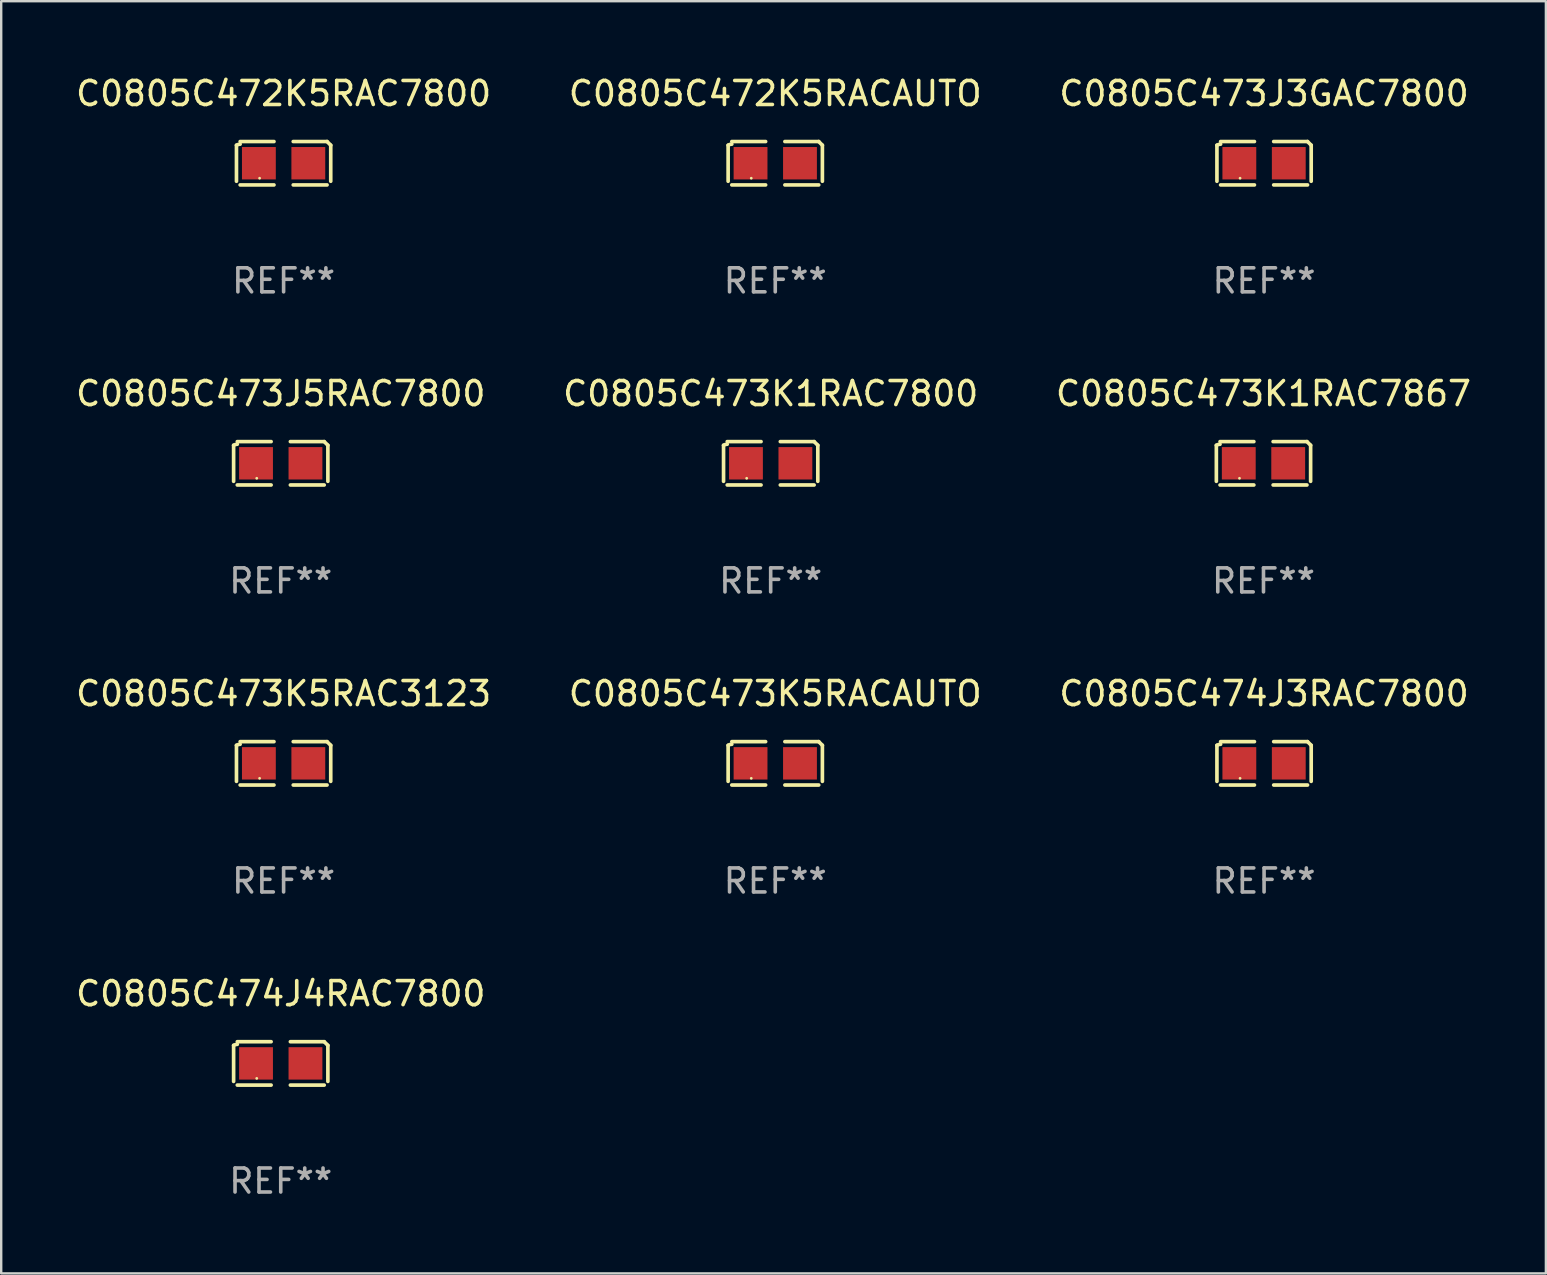
<source format=kicad_pcb>
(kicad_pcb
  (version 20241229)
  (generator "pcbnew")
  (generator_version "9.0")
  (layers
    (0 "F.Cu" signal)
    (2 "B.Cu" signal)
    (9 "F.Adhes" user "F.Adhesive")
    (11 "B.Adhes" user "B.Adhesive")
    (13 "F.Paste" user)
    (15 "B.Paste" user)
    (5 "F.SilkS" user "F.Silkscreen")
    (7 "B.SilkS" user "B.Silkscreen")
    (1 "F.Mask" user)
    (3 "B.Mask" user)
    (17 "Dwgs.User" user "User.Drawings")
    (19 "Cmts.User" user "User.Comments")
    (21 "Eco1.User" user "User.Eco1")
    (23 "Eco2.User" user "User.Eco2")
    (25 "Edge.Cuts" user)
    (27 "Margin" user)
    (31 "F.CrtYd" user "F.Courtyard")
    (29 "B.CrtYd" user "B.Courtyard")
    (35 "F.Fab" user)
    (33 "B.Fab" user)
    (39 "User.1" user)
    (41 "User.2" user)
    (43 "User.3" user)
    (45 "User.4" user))
  (footprint "C0805C472K5RACAUTO"
    (layer "F.Cu")
    (at 29.256 3.752)
    (property "Reference" "C0805C472K5RACAUTO" (at 0 -2.904 0) (layer "F.SilkS") (effects (font (size 1 1) (thickness 0.15))))
    (attr through_hole)
    (fp_line (start -1.964 0.751) (end -1.964 -0.751) (stroke (width 0.152) (type solid)) (layer "F.SilkS"))
    (fp_line (start -1.811 -0.904) (end -0.401 -0.904) (stroke (width 0.152) (type solid)) (layer "F.SilkS"))
    (fp_line (start -0.401 0.904) (end -1.811 0.904) (stroke (width 0.152) (type solid)) (layer "F.SilkS"))
    (fp_line (start 0.401 0.904) (end 1.811 0.904) (stroke (width 0.152) (type solid)) (layer "F.SilkS"))
    (fp_line (start 1.811 -0.904) (end 0.401 -0.904) (stroke (width 0.152) (type solid)) (layer "F.SilkS"))
    (fp_line (start 1.964 0.751) (end 1.964 -0.751) (stroke (width 0.152) (type solid)) (layer "F.SilkS"))
    (fp_arc (start -1.963602 -0.751207) (mid -1.890354 -0.783131) (end -1.811201 -0.794044) (stroke (width 0.1524) (type solid)) (layer "F.SilkS"))
    (fp_arc (start 1.811202 -0.903607) (mid 1.887413 -0.827418) (end 1.963602 -0.751207) (stroke (width 0.1524) (type solid)) (layer "F.SilkS"))
    (fp_circle (center -1 0.625) (end -0.97 0.625) (stroke (width 0.06) (type solid)) (fill no) (layer "F.SilkS"))
    (fp_text user "REF**" (at 0 4.904 0) (layer "F.Fab") (effects (font (size 1 1) (thickness 0.15))))
    (pad "1" smd rect (at -1.03 0) (size 1.41 1.35) (layers "F.Cu" "F.Mask" "F.Paste"))
    (pad "2" smd rect (at 1.03 0) (size 1.41 1.35) (layers "F.Cu" "F.Mask" "F.Paste")))
  (footprint "C0805C473K5RAC3123"
    (layer "F.Cu")
    (at 8.768 28.759)
    (property "Reference" "C0805C473K5RAC3123" (at 0 -2.904 0) (layer "F.SilkS") (effects (font (size 1 1) (thickness 0.15))))
    (attr through_hole)
    (fp_line (start -1.964 0.751) (end -1.964 -0.751) (stroke (width 0.152) (type solid)) (layer "F.SilkS"))
    (fp_line (start -1.811 -0.904) (end -0.401 -0.904) (stroke (width 0.152) (type solid)) (layer "F.SilkS"))
    (fp_line (start -0.401 0.904) (end -1.811 0.904) (stroke (width 0.152) (type solid)) (layer "F.SilkS"))
    (fp_line (start 0.401 0.904) (end 1.811 0.904) (stroke (width 0.152) (type solid)) (layer "F.SilkS"))
    (fp_line (start 1.811 -0.904) (end 0.401 -0.904) (stroke (width 0.152) (type solid)) (layer "F.SilkS"))
    (fp_line (start 1.964 0.751) (end 1.964 -0.751) (stroke (width 0.152) (type solid)) (layer "F.SilkS"))
    (fp_arc (start -1.963602 -0.751207) (mid -1.890354 -0.783131) (end -1.811201 -0.794044) (stroke (width 0.1524) (type solid)) (layer "F.SilkS"))
    (fp_arc (start 1.811202 -0.903607) (mid 1.887413 -0.827418) (end 1.963602 -0.751207) (stroke (width 0.1524) (type solid)) (layer "F.SilkS"))
    (fp_circle (center -1 0.625) (end -0.97 0.625) (stroke (width 0.06) (type solid)) (fill no) (layer "F.SilkS"))
    (fp_text user "REF**" (at 0 4.904 0) (layer "F.Fab") (effects (font (size 1 1) (thickness 0.15))))
    (pad "1" smd rect (at -1.03 0) (size 1.41 1.35) (layers "F.Cu" "F.Mask" "F.Paste"))
    (pad "2" smd rect (at 1.03 0) (size 1.41 1.35) (layers "F.Cu" "F.Mask" "F.Paste")))
  (footprint "C0805C474J3RAC7800"
    (layer "F.Cu")
    (at 49.625 28.759)
    (property "Reference" "C0805C474J3RAC7800" (at 0 -2.904 0) (layer "F.SilkS") (effects (font (size 1 1) (thickness 0.15))))
    (attr through_hole)
    (fp_line (start -1.964 0.751) (end -1.964 -0.751) (stroke (width 0.152) (type solid)) (layer "F.SilkS"))
    (fp_line (start -1.811 -0.904) (end -0.401 -0.904) (stroke (width 0.152) (type solid)) (layer "F.SilkS"))
    (fp_line (start -0.401 0.904) (end -1.811 0.904) (stroke (width 0.152) (type solid)) (layer "F.SilkS"))
    (fp_line (start 0.401 0.904) (end 1.811 0.904) (stroke (width 0.152) (type solid)) (layer "F.SilkS"))
    (fp_line (start 1.811 -0.904) (end 0.401 -0.904) (stroke (width 0.152) (type solid)) (layer "F.SilkS"))
    (fp_line (start 1.964 0.751) (end 1.964 -0.751) (stroke (width 0.152) (type solid)) (layer "F.SilkS"))
    (fp_arc (start -1.963602 -0.751207) (mid -1.890354 -0.783131) (end -1.811201 -0.794044) (stroke (width 0.1524) (type solid)) (layer "F.SilkS"))
    (fp_arc (start 1.811202 -0.903607) (mid 1.887413 -0.827418) (end 1.963602 -0.751207) (stroke (width 0.1524) (type solid)) (layer "F.SilkS"))
    (fp_circle (center -1 0.625) (end -0.97 0.625) (stroke (width 0.06) (type solid)) (fill no) (layer "F.SilkS"))
    (fp_text user "REF**" (at 0 4.904 0) (layer "F.Fab") (effects (font (size 1 1) (thickness 0.15))))
    (pad "1" smd rect (at -1.03 0) (size 1.41 1.35) (layers "F.Cu" "F.Mask" "F.Paste"))
    (pad "2" smd rect (at 1.03 0) (size 1.41 1.35) (layers "F.Cu" "F.Mask" "F.Paste")))
  (footprint "C0805C473K1RAC7800"
    (layer "F.Cu")
    (at 29.065 16.256)
    (property "Reference" "C0805C473K1RAC7800" (at 0 -2.904 0) (layer "F.SilkS") (effects (font (size 1 1) (thickness 0.15))))
    (attr through_hole)
    (fp_line (start -1.964 0.751) (end -1.964 -0.751) (stroke (width 0.152) (type solid)) (layer "F.SilkS"))
    (fp_line (start -1.811 -0.904) (end -0.401 -0.904) (stroke (width 0.152) (type solid)) (layer "F.SilkS"))
    (fp_line (start -0.401 0.904) (end -1.811 0.904) (stroke (width 0.152) (type solid)) (layer "F.SilkS"))
    (fp_line (start 0.401 0.904) (end 1.811 0.904) (stroke (width 0.152) (type solid)) (layer "F.SilkS"))
    (fp_line (start 1.811 -0.904) (end 0.401 -0.904) (stroke (width 0.152) (type solid)) (layer "F.SilkS"))
    (fp_line (start 1.964 0.751) (end 1.964 -0.751) (stroke (width 0.152) (type solid)) (layer "F.SilkS"))
    (fp_arc (start -1.963602 -0.751207) (mid -1.890354 -0.783131) (end -1.811201 -0.794044) (stroke (width 0.1524) (type solid)) (layer "F.SilkS"))
    (fp_arc (start 1.811202 -0.903607) (mid 1.887413 -0.827418) (end 1.963602 -0.751207) (stroke (width 0.1524) (type solid)) (layer "F.SilkS"))
    (fp_circle (center -1 0.625) (end -0.97 0.625) (stroke (width 0.06) (type solid)) (fill no) (layer "F.SilkS"))
    (fp_text user "REF**" (at 0 4.904 0) (layer "F.Fab") (effects (font (size 1 1) (thickness 0.15))))
    (pad "1" smd rect (at -1.03 0) (size 1.41 1.35) (layers "F.Cu" "F.Mask" "F.Paste"))
    (pad "2" smd rect (at 1.03 0) (size 1.41 1.35) (layers "F.Cu" "F.Mask" "F.Paste")))
  (footprint "C0805C474J4RAC7800"
    (layer "F.Cu")
    (at 8.649 41.263)
    (property "Reference" "C0805C474J4RAC7800" (at 0 -2.904 0) (layer "F.SilkS") (effects (font (size 1 1) (thickness 0.15))))
    (attr through_hole)
    (fp_line (start -1.964 0.751) (end -1.964 -0.751) (stroke (width 0.152) (type solid)) (layer "F.SilkS"))
    (fp_line (start -1.811 -0.904) (end -0.401 -0.904) (stroke (width 0.152) (type solid)) (layer "F.SilkS"))
    (fp_line (start -0.401 0.904) (end -1.811 0.904) (stroke (width 0.152) (type solid)) (layer "F.SilkS"))
    (fp_line (start 0.401 0.904) (end 1.811 0.904) (stroke (width 0.152) (type solid)) (layer "F.SilkS"))
    (fp_line (start 1.811 -0.904) (end 0.401 -0.904) (stroke (width 0.152) (type solid)) (layer "F.SilkS"))
    (fp_line (start 1.964 0.751) (end 1.964 -0.751) (stroke (width 0.152) (type solid)) (layer "F.SilkS"))
    (fp_arc (start -1.963602 -0.751207) (mid -1.890354 -0.783131) (end -1.811201 -0.794044) (stroke (width 0.1524) (type solid)) (layer "F.SilkS"))
    (fp_arc (start 1.811202 -0.903607) (mid 1.887413 -0.827418) (end 1.963602 -0.751207) (stroke (width 0.1524) (type solid)) (layer "F.SilkS"))
    (fp_circle (center -1 0.625) (end -0.97 0.625) (stroke (width 0.06) (type solid)) (fill no) (layer "F.SilkS"))
    (fp_text user "REF**" (at 0 4.904 0) (layer "F.Fab") (effects (font (size 1 1) (thickness 0.15))))
    (pad "1" smd rect (at -1.03 0) (size 1.41 1.35) (layers "F.Cu" "F.Mask" "F.Paste"))
    (pad "2" smd rect (at 1.03 0) (size 1.41 1.35) (layers "F.Cu" "F.Mask" "F.Paste")))
  (footprint "C0805C473K1RAC7867"
    (layer "F.Cu")
    (at 49.601 16.256)
    (property "Reference" "C0805C473K1RAC7867" (at 0 -2.904 0) (layer "F.SilkS") (effects (font (size 1 1) (thickness 0.15))))
    (attr through_hole)
    (fp_line (start -1.964 0.751) (end -1.964 -0.751) (stroke (width 0.152) (type solid)) (layer "F.SilkS"))
    (fp_line (start -1.811 -0.904) (end -0.401 -0.904) (stroke (width 0.152) (type solid)) (layer "F.SilkS"))
    (fp_line (start -0.401 0.904) (end -1.811 0.904) (stroke (width 0.152) (type solid)) (layer "F.SilkS"))
    (fp_line (start 0.401 0.904) (end 1.811 0.904) (stroke (width 0.152) (type solid)) (layer "F.SilkS"))
    (fp_line (start 1.811 -0.904) (end 0.401 -0.904) (stroke (width 0.152) (type solid)) (layer "F.SilkS"))
    (fp_line (start 1.964 0.751) (end 1.964 -0.751) (stroke (width 0.152) (type solid)) (layer "F.SilkS"))
    (fp_arc (start -1.963602 -0.751207) (mid -1.890354 -0.783131) (end -1.811201 -0.794044) (stroke (width 0.1524) (type solid)) (layer "F.SilkS"))
    (fp_arc (start 1.811202 -0.903607) (mid 1.887413 -0.827418) (end 1.963602 -0.751207) (stroke (width 0.1524) (type solid)) (layer "F.SilkS"))
    (fp_circle (center -1 0.625) (end -0.97 0.625) (stroke (width 0.06) (type solid)) (fill no) (layer "F.SilkS"))
    (fp_text user "REF**" (at 0 4.904 0) (layer "F.Fab") (effects (font (size 1 1) (thickness 0.15))))
    (pad "1" smd rect (at -1.03 0) (size 1.41 1.35) (layers "F.Cu" "F.Mask" "F.Paste"))
    (pad "2" smd rect (at 1.03 0) (size 1.41 1.35) (layers "F.Cu" "F.Mask" "F.Paste")))
  (footprint "C0805C473J3GAC7800"
    (layer "F.Cu")
    (at 49.625 3.752)
    (property "Reference" "C0805C473J3GAC7800" (at 0 -2.904 0) (layer "F.SilkS") (effects (font (size 1 1) (thickness 0.15))))
    (attr through_hole)
    (fp_line (start -1.964 0.751) (end -1.964 -0.751) (stroke (width 0.152) (type solid)) (layer "F.SilkS"))
    (fp_line (start -1.811 -0.904) (end -0.401 -0.904) (stroke (width 0.152) (type solid)) (layer "F.SilkS"))
    (fp_line (start -0.401 0.904) (end -1.811 0.904) (stroke (width 0.152) (type solid)) (layer "F.SilkS"))
    (fp_line (start 0.401 0.904) (end 1.811 0.904) (stroke (width 0.152) (type solid)) (layer "F.SilkS"))
    (fp_line (start 1.811 -0.904) (end 0.401 -0.904) (stroke (width 0.152) (type solid)) (layer "F.SilkS"))
    (fp_line (start 1.964 0.751) (end 1.964 -0.751) (stroke (width 0.152) (type solid)) (layer "F.SilkS"))
    (fp_arc (start -1.963602 -0.751207) (mid -1.890354 -0.783131) (end -1.811201 -0.794044) (stroke (width 0.1524) (type solid)) (layer "F.SilkS"))
    (fp_arc (start 1.811202 -0.903607) (mid 1.887413 -0.827418) (end 1.963602 -0.751207) (stroke (width 0.1524) (type solid)) (layer "F.SilkS"))
    (fp_circle (center -1 0.625) (end -0.97 0.625) (stroke (width 0.06) (type solid)) (fill no) (layer "F.SilkS"))
    (fp_text user "REF**" (at 0 4.904 0) (layer "F.Fab") (effects (font (size 1 1) (thickness 0.15))))
    (pad "1" smd rect (at -1.03 0) (size 1.41 1.35) (layers "F.Cu" "F.Mask" "F.Paste"))
    (pad "2" smd rect (at 1.03 0) (size 1.41 1.35) (layers "F.Cu" "F.Mask" "F.Paste")))
  (footprint "C0805C473J5RAC7800"
    (layer "F.Cu")
    (at 8.649 16.256)
    (property "Reference" "C0805C473J5RAC7800" (at 0 -2.904 0) (layer "F.SilkS") (effects (font (size 1 1) (thickness 0.15))))
    (attr through_hole)
    (fp_line (start -1.964 0.751) (end -1.964 -0.751) (stroke (width 0.152) (type solid)) (layer "F.SilkS"))
    (fp_line (start -1.811 -0.904) (end -0.401 -0.904) (stroke (width 0.152) (type solid)) (layer "F.SilkS"))
    (fp_line (start -0.401 0.904) (end -1.811 0.904) (stroke (width 0.152) (type solid)) (layer "F.SilkS"))
    (fp_line (start 0.401 0.904) (end 1.811 0.904) (stroke (width 0.152) (type solid)) (layer "F.SilkS"))
    (fp_line (start 1.811 -0.904) (end 0.401 -0.904) (stroke (width 0.152) (type solid)) (layer "F.SilkS"))
    (fp_line (start 1.964 0.751) (end 1.964 -0.751) (stroke (width 0.152) (type solid)) (layer "F.SilkS"))
    (fp_arc (start -1.963602 -0.751207) (mid -1.890354 -0.783131) (end -1.811201 -0.794044) (stroke (width 0.1524) (type solid)) (layer "F.SilkS"))
    (fp_arc (start 1.811202 -0.903607) (mid 1.887413 -0.827418) (end 1.963602 -0.751207) (stroke (width 0.1524) (type solid)) (layer "F.SilkS"))
    (fp_circle (center -1 0.625) (end -0.97 0.625) (stroke (width 0.06) (type solid)) (fill no) (layer "F.SilkS"))
    (fp_text user "REF**" (at 0 4.904 0) (layer "F.Fab") (effects (font (size 1 1) (thickness 0.15))))
    (pad "1" smd rect (at -1.03 0) (size 1.41 1.35) (layers "F.Cu" "F.Mask" "F.Paste"))
    (pad "2" smd rect (at 1.03 0) (size 1.41 1.35) (layers "F.Cu" "F.Mask" "F.Paste")))
  (footprint "C0805C473K5RACAUTO"
    (layer "F.Cu")
    (at 29.256 28.759)
    (property "Reference" "C0805C473K5RACAUTO" (at 0 -2.904 0) (layer "F.SilkS") (effects (font (size 1 1) (thickness 0.15))))
    (attr through_hole)
    (fp_line (start -1.964 0.751) (end -1.964 -0.751) (stroke (width 0.152) (type solid)) (layer "F.SilkS"))
    (fp_line (start -1.811 -0.904) (end -0.401 -0.904) (stroke (width 0.152) (type solid)) (layer "F.SilkS"))
    (fp_line (start -0.401 0.904) (end -1.811 0.904) (stroke (width 0.152) (type solid)) (layer "F.SilkS"))
    (fp_line (start 0.401 0.904) (end 1.811 0.904) (stroke (width 0.152) (type solid)) (layer "F.SilkS"))
    (fp_line (start 1.811 -0.904) (end 0.401 -0.904) (stroke (width 0.152) (type solid)) (layer "F.SilkS"))
    (fp_line (start 1.964 0.751) (end 1.964 -0.751) (stroke (width 0.152) (type solid)) (layer "F.SilkS"))
    (fp_arc (start -1.963602 -0.751207) (mid -1.890354 -0.783131) (end -1.811201 -0.794044) (stroke (width 0.1524) (type solid)) (layer "F.SilkS"))
    (fp_arc (start 1.811202 -0.903607) (mid 1.887413 -0.827418) (end 1.963602 -0.751207) (stroke (width 0.1524) (type solid)) (layer "F.SilkS"))
    (fp_circle (center -1 0.625) (end -0.97 0.625) (stroke (width 0.06) (type solid)) (fill no) (layer "F.SilkS"))
    (fp_text user "REF**" (at 0 4.904 0) (layer "F.Fab") (effects (font (size 1 1) (thickness 0.15))))
    (pad "1" smd rect (at -1.03 0) (size 1.41 1.35) (layers "F.Cu" "F.Mask" "F.Paste"))
    (pad "2" smd rect (at 1.03 0) (size 1.41 1.35) (layers "F.Cu" "F.Mask" "F.Paste")))
  (footprint "C0805C472K5RAC7800"
    (layer "F.Cu")
    (at 8.768 3.752)
    (property "Reference" "C0805C472K5RAC7800" (at 0 -2.904 0) (layer "F.SilkS") (effects (font (size 1 1) (thickness 0.15))))
    (attr through_hole)
    (fp_line (start -1.964 0.751) (end -1.964 -0.751) (stroke (width 0.152) (type solid)) (layer "F.SilkS"))
    (fp_line (start -1.811 -0.904) (end -0.401 -0.904) (stroke (width 0.152) (type solid)) (layer "F.SilkS"))
    (fp_line (start -0.401 0.904) (end -1.811 0.904) (stroke (width 0.152) (type solid)) (layer "F.SilkS"))
    (fp_line (start 0.401 0.904) (end 1.811 0.904) (stroke (width 0.152) (type solid)) (layer "F.SilkS"))
    (fp_line (start 1.811 -0.904) (end 0.401 -0.904) (stroke (width 0.152) (type solid)) (layer "F.SilkS"))
    (fp_line (start 1.964 0.751) (end 1.964 -0.751) (stroke (width 0.152) (type solid)) (layer "F.SilkS"))
    (fp_arc (start -1.963602 -0.751207) (mid -1.890354 -0.783131) (end -1.811201 -0.794044) (stroke (width 0.1524) (type solid)) (layer "F.SilkS"))
    (fp_arc (start 1.811202 -0.903607) (mid 1.887413 -0.827418) (end 1.963602 -0.751207) (stroke (width 0.1524) (type solid)) (layer "F.SilkS"))
    (fp_circle (center -1 0.625) (end -0.97 0.625) (stroke (width 0.06) (type solid)) (fill no) (layer "F.SilkS"))
    (fp_text user "REF**" (at 0 4.904 0) (layer "F.Fab") (effects (font (size 1 1) (thickness 0.15))))
    (pad "1" smd rect (at -1.03 0) (size 1.41 1.35) (layers "F.Cu" "F.Mask" "F.Paste"))
    (pad "2" smd rect (at 1.03 0) (size 1.41 1.35) (layers "F.Cu" "F.Mask" "F.Paste")))
  (gr_rect
    (start -3 -3)
    (end 61.369 50.015)
    (stroke (width 0.1) (type default))
    (fill no)
    (layer "Edge.Cuts")))
</source>
